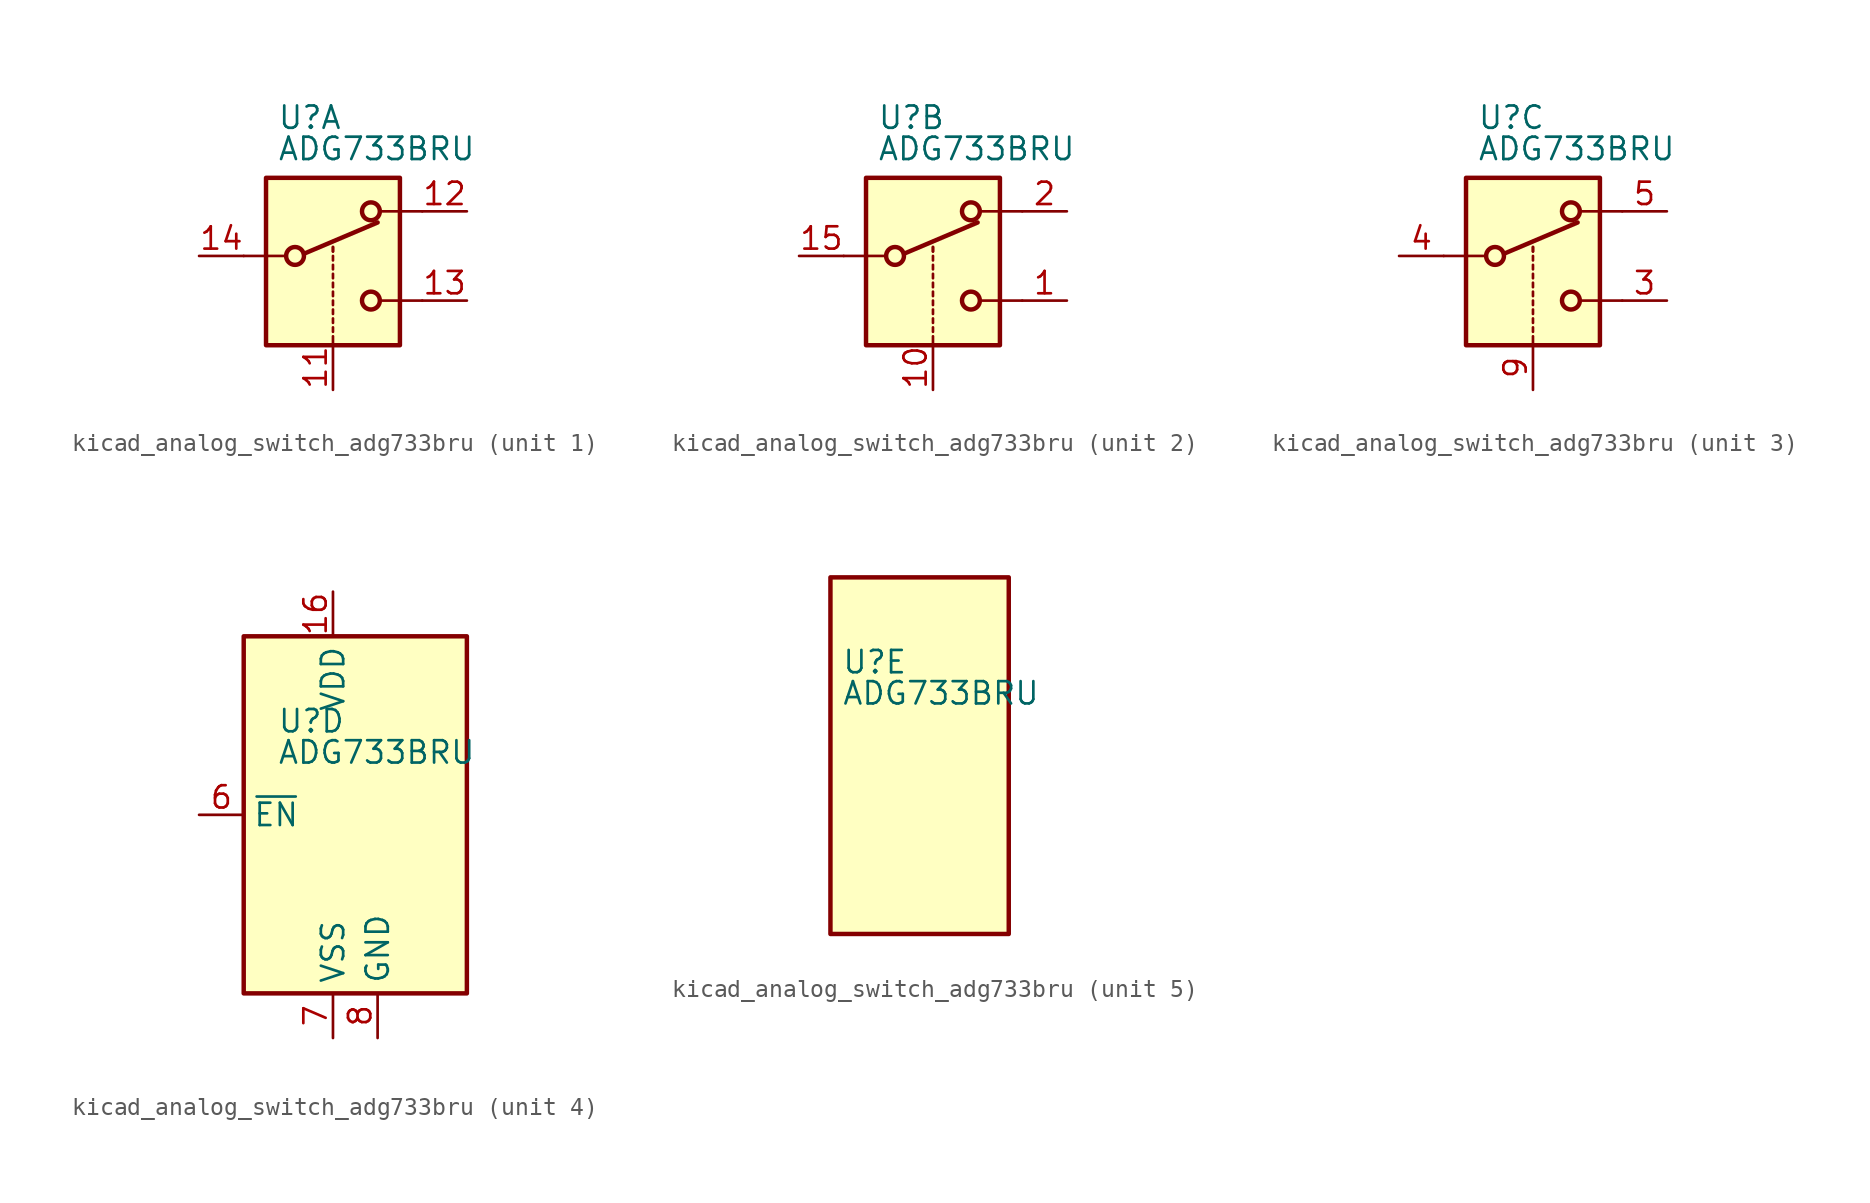
<source format=kicad_sym>
(kicad_symbol_lib
  (version 20220914)
  (generator kicad_symbol_editor)
  (symbol "kicad_analog_switch_adg733bru"
    (property "Reference" "U"
      (at -3.175 5.334 0)
      (effects (font (size 1.27 1.27)) (justify left)))
    (property "Value" "ADG733BRU"
      (at -3.175 3.556 0)
      (effects (font (size 1.27 1.27)) (justify left)))
    (symbol "kicad_analog_switch_adg733bru_1_1"
      (rectangle (start -3.81 1.905) (end 3.81 -7.62) (stroke (width 0.254) (type default)) (fill (type background)))
      (circle (center -2.159 -2.54) (radius 0.508) (stroke (width 0.254) (type default)) (fill (type none)))
      (polyline (pts (xy -5.08 -2.54) (xy -2.794 -2.54)) (stroke (width 0) (type default)) (fill (type none)))
      (polyline (pts (xy -1.651 -2.413) (xy 2.54 -0.635)) (stroke (width 0.254) (type default)) (fill (type none)))
      (polyline (pts (xy 0 -7.62) (xy 0 -7.112)) (stroke (width 0) (type default)) (fill (type none)))
      (polyline (pts (xy 0 -6.858) (xy 0 -6.604)) (stroke (width 0) (type default)) (fill (type none)))
      (polyline (pts (xy 0 -6.35) (xy 0 -6.096)) (stroke (width 0) (type default)) (fill (type none)))
      (polyline (pts (xy 0 -5.842) (xy 0 -5.588)) (stroke (width 0) (type default)) (fill (type none)))
      (polyline (pts (xy 0 -5.334) (xy 0 -5.08)) (stroke (width 0) (type default)) (fill (type none)))
      (polyline (pts (xy 0 -4.826) (xy 0 -4.572)) (stroke (width 0) (type default)) (fill (type none)))
      (polyline (pts (xy 0 -4.318) (xy 0 -4.064)) (stroke (width 0) (type default)) (fill (type none)))
      (polyline (pts (xy 0 -3.81) (xy 0 -3.556)) (stroke (width 0) (type default)) (fill (type none)))
      (polyline (pts (xy 0 -3.302) (xy 0 -3.048)) (stroke (width 0) (type default)) (fill (type none)))
      (polyline (pts (xy 0 -2.794) (xy 0 -2.54)) (stroke (width 0) (type default)) (fill (type none)))
      (polyline (pts (xy 0 -2.286) (xy 0 -2.032)) (stroke (width 0) (type default)) (fill (type none)))
      (polyline (pts (xy 0 -2.286) (xy 0 -2.032)) (stroke (width 0) (type default)) (fill (type none)))
      (polyline (pts (xy 5.08 -5.08) (xy 2.794 -5.08)) (stroke (width 0) (type default)) (fill (type none)))
      (polyline (pts (xy 5.08 0) (xy 2.794 0)) (stroke (width 0) (type default)) (fill (type none)))
      (circle (center 2.159 -5.08) (radius 0.508) (stroke (width 0.254) (type default)) (fill (type none)))
      (circle (center 2.159 0) (radius 0.508) (stroke (width 0.254) (type default)) (fill (type none)))
      (pin input line (at 0 -10.16 90) (length 2.54) (name "~" (effects (font (size 1.27 1.27)))) (number "11" (effects (font (size 1.27 1.27)))))
      (pin passive line (at 7.62 0 180) (length 2.54) (name "~" (effects (font (size 1.27 1.27)))) (number "12" (effects (font (size 1.27 1.27)))))
      (pin passive line (at 7.62 -5.08 180) (length 2.54) (name "~" (effects (font (size 1.27 1.27)))) (number "13" (effects (font (size 1.27 1.27)))))
      (pin passive line (at -7.62 -2.54 0) (length 2.54) (name "~" (effects (font (size 1.27 1.27)))) (number "14" (effects (font (size 1.27 1.27))))))
    (symbol "kicad_analog_switch_adg733bru_2_1"
      (rectangle (start -3.81 1.905) (end 3.81 -7.62) (stroke (width 0.254) (type default)) (fill (type background)))
      (circle (center -2.159 -2.54) (radius 0.508) (stroke (width 0.254) (type default)) (fill (type none)))
      (polyline (pts (xy -5.08 -2.54) (xy -2.794 -2.54)) (stroke (width 0) (type default)) (fill (type none)))
      (polyline (pts (xy -1.651 -2.413) (xy 2.54 -0.635)) (stroke (width 0.254) (type default)) (fill (type none)))
      (polyline (pts (xy 0 -7.62) (xy 0 -7.112)) (stroke (width 0) (type default)) (fill (type none)))
      (polyline (pts (xy 0 -6.858) (xy 0 -6.604)) (stroke (width 0) (type default)) (fill (type none)))
      (polyline (pts (xy 0 -6.35) (xy 0 -6.096)) (stroke (width 0) (type default)) (fill (type none)))
      (polyline (pts (xy 0 -5.842) (xy 0 -5.588)) (stroke (width 0) (type default)) (fill (type none)))
      (polyline (pts (xy 0 -5.334) (xy 0 -5.08)) (stroke (width 0) (type default)) (fill (type none)))
      (polyline (pts (xy 0 -4.826) (xy 0 -4.572)) (stroke (width 0) (type default)) (fill (type none)))
      (polyline (pts (xy 0 -4.318) (xy 0 -4.064)) (stroke (width 0) (type default)) (fill (type none)))
      (polyline (pts (xy 0 -3.81) (xy 0 -3.556)) (stroke (width 0) (type default)) (fill (type none)))
      (polyline (pts (xy 0 -3.302) (xy 0 -3.048)) (stroke (width 0) (type default)) (fill (type none)))
      (polyline (pts (xy 0 -2.794) (xy 0 -2.54)) (stroke (width 0) (type default)) (fill (type none)))
      (polyline (pts (xy 0 -2.286) (xy 0 -2.032)) (stroke (width 0) (type default)) (fill (type none)))
      (polyline (pts (xy 0 -2.286) (xy 0 -2.032)) (stroke (width 0) (type default)) (fill (type none)))
      (polyline (pts (xy 5.08 -5.08) (xy 2.794 -5.08)) (stroke (width 0) (type default)) (fill (type none)))
      (polyline (pts (xy 5.08 0) (xy 2.794 0)) (stroke (width 0) (type default)) (fill (type none)))
      (circle (center 2.159 -5.08) (radius 0.508) (stroke (width 0.254) (type default)) (fill (type none)))
      (circle (center 2.159 0) (radius 0.508) (stroke (width 0.254) (type default)) (fill (type none)))
      (pin passive line (at 7.62 -5.08 180) (length 2.54) (name "~" (effects (font (size 1.27 1.27)))) (number "1" (effects (font (size 1.27 1.27)))))
      (pin input line (at 0 -10.16 90) (length 2.54) (name "~" (effects (font (size 1.27 1.27)))) (number "10" (effects (font (size 1.27 1.27)))))
      (pin passive line (at -7.62 -2.54 0) (length 2.54) (name "~" (effects (font (size 1.27 1.27)))) (number "15" (effects (font (size 1.27 1.27)))))
      (pin passive line (at 7.62 0 180) (length 2.54) (name "~" (effects (font (size 1.27 1.27)))) (number "2" (effects (font (size 1.27 1.27))))))
    (symbol "kicad_analog_switch_adg733bru_3_1"
      (rectangle (start -3.81 1.905) (end 3.81 -7.62) (stroke (width 0.254) (type default)) (fill (type background)))
      (circle (center -2.159 -2.54) (radius 0.508) (stroke (width 0.254) (type default)) (fill (type none)))
      (polyline (pts (xy -5.08 -2.54) (xy -2.794 -2.54)) (stroke (width 0) (type default)) (fill (type none)))
      (polyline (pts (xy -1.651 -2.413) (xy 2.54 -0.635)) (stroke (width 0.254) (type default)) (fill (type none)))
      (polyline (pts (xy 0 -7.62) (xy 0 -7.112)) (stroke (width 0) (type default)) (fill (type none)))
      (polyline (pts (xy 0 -6.858) (xy 0 -6.604)) (stroke (width 0) (type default)) (fill (type none)))
      (polyline (pts (xy 0 -6.35) (xy 0 -6.096)) (stroke (width 0) (type default)) (fill (type none)))
      (polyline (pts (xy 0 -5.842) (xy 0 -5.588)) (stroke (width 0) (type default)) (fill (type none)))
      (polyline (pts (xy 0 -5.334) (xy 0 -5.08)) (stroke (width 0) (type default)) (fill (type none)))
      (polyline (pts (xy 0 -4.826) (xy 0 -4.572)) (stroke (width 0) (type default)) (fill (type none)))
      (polyline (pts (xy 0 -4.318) (xy 0 -4.064)) (stroke (width 0) (type default)) (fill (type none)))
      (polyline (pts (xy 0 -3.81) (xy 0 -3.556)) (stroke (width 0) (type default)) (fill (type none)))
      (polyline (pts (xy 0 -3.302) (xy 0 -3.048)) (stroke (width 0) (type default)) (fill (type none)))
      (polyline (pts (xy 0 -2.794) (xy 0 -2.54)) (stroke (width 0) (type default)) (fill (type none)))
      (polyline (pts (xy 0 -2.286) (xy 0 -2.032)) (stroke (width 0) (type default)) (fill (type none)))
      (polyline (pts (xy 0 -2.286) (xy 0 -2.032)) (stroke (width 0) (type default)) (fill (type none)))
      (polyline (pts (xy 5.08 -5.08) (xy 2.794 -5.08)) (stroke (width 0) (type default)) (fill (type none)))
      (polyline (pts (xy 5.08 0) (xy 2.794 0)) (stroke (width 0) (type default)) (fill (type none)))
      (circle (center 2.159 -5.08) (radius 0.508) (stroke (width 0.254) (type default)) (fill (type none)))
      (circle (center 2.159 0) (radius 0.508) (stroke (width 0.254) (type default)) (fill (type none)))
      (pin passive line (at 7.62 -5.08 180) (length 2.54) (name "~" (effects (font (size 1.27 1.27)))) (number "3" (effects (font (size 1.27 1.27)))))
      (pin passive line (at -7.62 -2.54 0) (length 2.54) (name "~" (effects (font (size 1.27 1.27)))) (number "4" (effects (font (size 1.27 1.27)))))
      (pin passive line (at 7.62 0 180) (length 2.54) (name "~" (effects (font (size 1.27 1.27)))) (number "5" (effects (font (size 1.27 1.27)))))
      (pin input line (at 0 -10.16 90) (length 2.54) (name "~" (effects (font (size 1.27 1.27)))) (number "9" (effects (font (size 1.27 1.27))))))
    (symbol "kicad_analog_switch_adg733bru_4_0"
      (pin power_in line (at 0 12.7 270) (length 2.54) (name "VDD" (effects (font (size 1.27 1.27)))) (number "16" (effects (font (size 1.27 1.27)))))
      (pin input line (at -7.62 0 0) (length 2.54) (name "~{EN}" (effects (font (size 1.27 1.27)))) (number "6" (effects (font (size 1.27 1.27)))))
      (pin power_in line (at 0 -12.7 90) (length 2.54) (name "VSS" (effects (font (size 1.27 1.27)))) (number "7" (effects (font (size 1.27 1.27)))))
      (pin power_in line (at 2.54 -12.7 90) (length 2.54) (name "GND" (effects (font (size 1.27 1.27)))) (number "8" (effects (font (size 1.27 1.27))))))
    (symbol "kicad_analog_switch_adg733bru_4_1"
      (rectangle (start -5.08 10.16) (end 7.62 -10.16) (stroke (width 0.254) (type default)) (fill (type background))))
    (symbol "kicad_analog_switch_adg733bru_5_1"
      (rectangle (start -3.81 10.16) (end 6.35 -10.16) (stroke (width 0.254) (type default)) (fill (type background))))))
</source>
